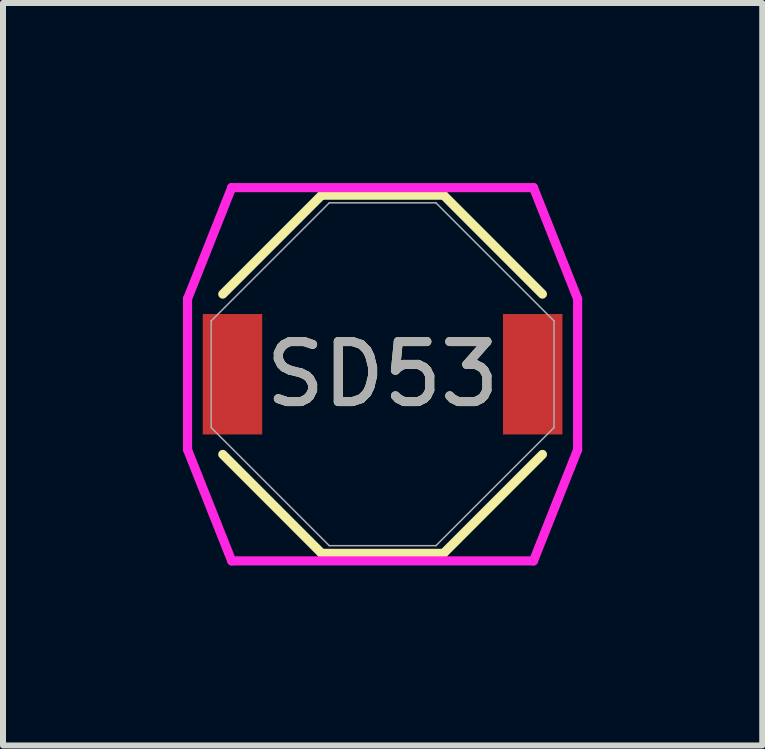
<source format=kicad_pcb>
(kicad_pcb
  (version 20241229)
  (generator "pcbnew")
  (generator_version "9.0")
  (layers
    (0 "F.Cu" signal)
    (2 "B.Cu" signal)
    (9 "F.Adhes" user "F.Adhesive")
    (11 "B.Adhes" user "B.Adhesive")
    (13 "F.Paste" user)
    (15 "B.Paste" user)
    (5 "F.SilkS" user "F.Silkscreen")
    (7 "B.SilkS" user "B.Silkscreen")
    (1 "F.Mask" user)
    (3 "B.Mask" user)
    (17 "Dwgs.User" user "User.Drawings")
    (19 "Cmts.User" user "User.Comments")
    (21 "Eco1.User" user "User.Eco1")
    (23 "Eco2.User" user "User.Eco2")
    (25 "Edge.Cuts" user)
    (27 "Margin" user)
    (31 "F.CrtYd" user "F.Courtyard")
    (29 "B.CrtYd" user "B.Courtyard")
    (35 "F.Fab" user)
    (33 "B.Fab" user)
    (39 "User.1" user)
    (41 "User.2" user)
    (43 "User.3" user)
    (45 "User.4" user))
  (footprint "SD53"
    (layer "F.Cu")
    (at 3.327 3.188)
    (property "Reference" "SD53" (at 0 0 0) (unlocked yes) (layer "F.SilkS") (effects (font (size 1 1) (thickness 0.15))))
    (attr smd)
    (fp_line (start -2.664 -1.336) (end -1.016 -2.985) (stroke (width 0.152) (type solid)) (layer "F.SilkS"))
    (fp_line (start -1.016 -2.985) (end 1.016 -2.985) (stroke (width 0.152) (type solid)) (layer "F.SilkS"))
    (fp_line (start -1.016 2.985) (end -2.664 1.336) (stroke (width 0.152) (type solid)) (layer "F.SilkS"))
    (fp_line (start 1.016 -2.985) (end 2.664 -1.336) (stroke (width 0.152) (type solid)) (layer "F.SilkS"))
    (fp_line (start 1.016 2.985) (end -1.016 2.985) (stroke (width 0.152) (type solid)) (layer "F.SilkS"))
    (fp_line (start 2.664 1.336) (end 1.016 2.985) (stroke (width 0.152) (type solid)) (layer "F.SilkS"))
    (fp_line (start -3.251 -1.257) (end -2.515 -3.111) (stroke (width 0.152) (type solid)) (layer "F.CrtYd"))
    (fp_line (start -3.251 1.257) (end -3.251 -1.257) (stroke (width 0.152) (type solid)) (layer "F.CrtYd"))
    (fp_line (start -2.515 -3.111) (end 2.515 -3.111) (stroke (width 0.152) (type solid)) (layer "F.CrtYd"))
    (fp_line (start -2.515 3.111) (end -3.251 1.257) (stroke (width 0.152) (type solid)) (layer "F.CrtYd"))
    (fp_line (start 2.515 -3.111) (end 3.251 -1.257) (stroke (width 0.152) (type solid)) (layer "F.CrtYd"))
    (fp_line (start 2.515 3.111) (end -2.515 3.111) (stroke (width 0.152) (type solid)) (layer "F.CrtYd"))
    (fp_line (start 3.251 -1.257) (end 3.251 1.257) (stroke (width 0.152) (type solid)) (layer "F.CrtYd"))
    (fp_line (start 3.251 1.257) (end 2.515 3.111) (stroke (width 0.152) (type solid)) (layer "F.CrtYd"))
    (fp_line (start -2.857 -0.889) (end -0.889 -2.857) (stroke (width 0.025) (type solid)) (layer "F.Fab"))
    (fp_line (start -2.857 0.889) (end -2.857 -0.889) (stroke (width 0.025) (type solid)) (layer "F.Fab"))
    (fp_line (start -0.889 -2.857) (end 0.889 -2.857) (stroke (width 0.025) (type solid)) (layer "F.Fab"))
    (fp_line (start -0.889 2.857) (end -2.857 0.889) (stroke (width 0.025) (type solid)) (layer "F.Fab"))
    (fp_line (start 0.889 -2.857) (end 2.857 -0.889) (stroke (width 0.025) (type solid)) (layer "F.Fab"))
    (fp_line (start 0.889 2.857) (end -0.889 2.857) (stroke (width 0.025) (type solid)) (layer "F.Fab"))
    (fp_line (start 2.857 -0.889) (end 2.857 0.889) (stroke (width 0.025) (type solid)) (layer "F.Fab"))
    (fp_line (start 2.857 0.889) (end 0.889 2.857) (stroke (width 0.025) (type solid)) (layer "F.Fab"))
    (fp_text user "${REFERENCE}" (at 0 0 0) (unlocked yes) (layer "F.Fab") (effects (font (size 1 1) (thickness 0.15))))
    (pad "1" smd rect (at -2.502 0) (size 0.991 2.007) (layers "F.Cu" "F.Mask" "F.Paste"))
    (pad "2" smd rect (at 2.502 0) (size 0.991 2.007) (layers "F.Cu" "F.Mask" "F.Paste"))
    (zone (net_name "") (layer "F.Cu") (hatch full 0.508) (connect_pads) (min_thickness 0.254) (filled_areas_thickness no) (keepout (tracks not_allowed) (vias not_allowed) (pads allowed) (copperpour not_allowed) (footprints allowed)) (placement (enabled no)) (fill) (polygon (pts (xy 1.372 0.381) (xy 5.283 0.381) (xy 5.283 5.994) (xy 1.372 5.994)))))
  (gr_rect
    (start -3 -3)
    (end 9.655 9.375)
    (stroke (width 0.1) (type default))
    (fill no)
    (layer "Edge.Cuts")))
</source>
